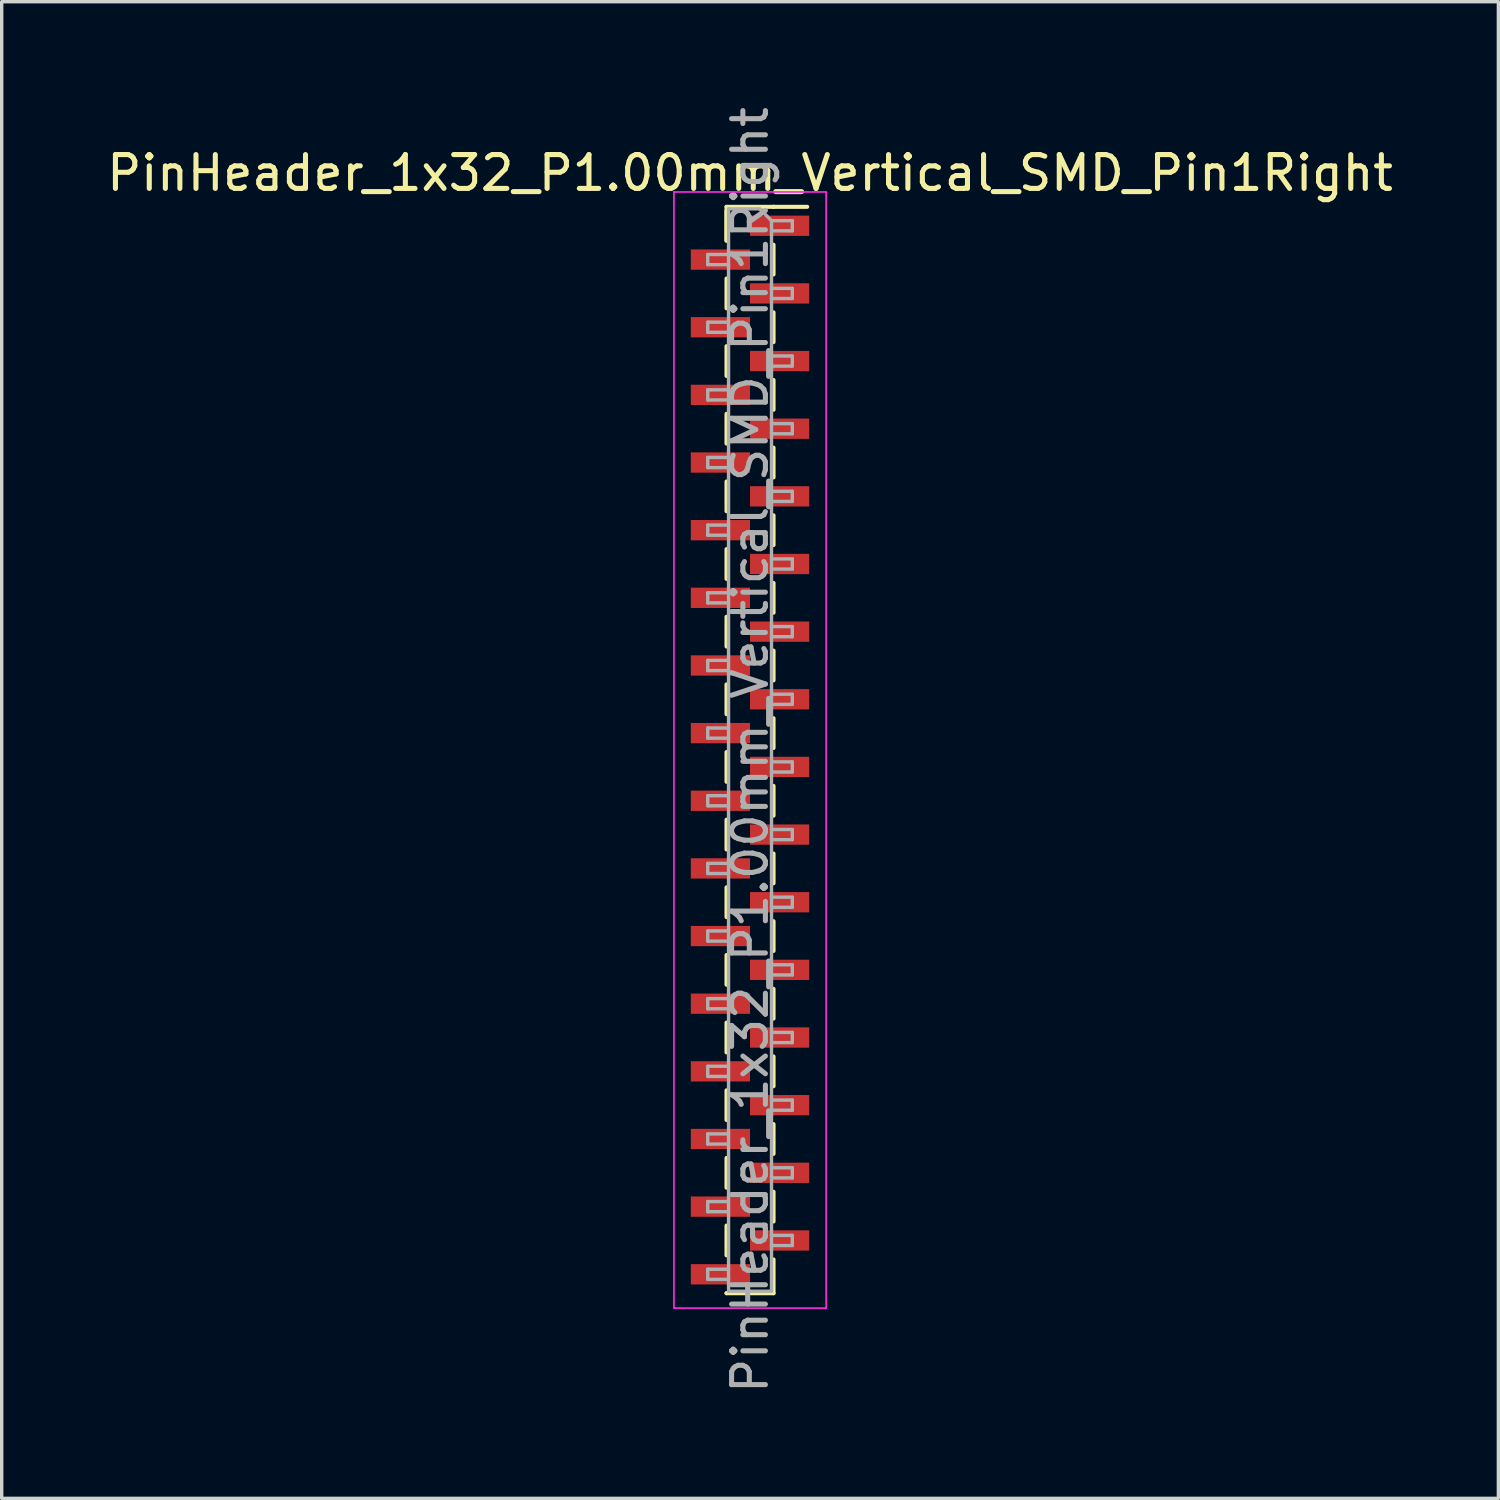
<source format=kicad_pcb>
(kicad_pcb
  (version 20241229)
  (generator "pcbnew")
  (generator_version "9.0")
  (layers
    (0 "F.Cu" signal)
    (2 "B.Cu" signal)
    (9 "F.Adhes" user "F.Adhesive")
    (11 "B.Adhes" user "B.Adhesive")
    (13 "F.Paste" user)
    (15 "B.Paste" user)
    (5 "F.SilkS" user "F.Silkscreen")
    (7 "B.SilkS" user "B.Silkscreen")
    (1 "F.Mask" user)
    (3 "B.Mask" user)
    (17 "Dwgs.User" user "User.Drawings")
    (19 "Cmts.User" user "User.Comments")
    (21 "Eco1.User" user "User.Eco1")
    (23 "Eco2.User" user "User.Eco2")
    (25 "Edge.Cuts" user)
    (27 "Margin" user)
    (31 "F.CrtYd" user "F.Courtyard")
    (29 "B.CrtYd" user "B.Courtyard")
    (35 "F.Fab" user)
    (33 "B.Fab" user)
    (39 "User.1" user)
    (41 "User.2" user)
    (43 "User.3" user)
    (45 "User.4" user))
  (footprint "PinHeader_1x32_P1.00mm_Vertical_SMD_Pin1Right"
    (layer "F.Cu")
    (at 19.125 19.125)
    (property "Reference" "PinHeader_1x32_P1.00mm_Vertical_SMD_Pin1Right" (at 0 -17.06 0) (layer "F.SilkS") (effects (font (size 1 1) (thickness 0.15))))
    (attr smd)
    (fp_line (start -0.695 -16.06) (end -0.695 -15.06) (stroke (width 0.12) (type solid)) (layer "F.SilkS"))
    (fp_line (start -0.695 -16.06) (end 0.695 -16.06) (stroke (width 0.12) (type solid)) (layer "F.SilkS"))
    (fp_line (start -0.695 -15.94) (end -0.695 -15.06) (stroke (width 0.12) (type solid)) (layer "F.SilkS"))
    (fp_line (start -0.695 -13.94) (end -0.695 -13.06) (stroke (width 0.12) (type solid)) (layer "F.SilkS"))
    (fp_line (start -0.695 -11.94) (end -0.695 -11.06) (stroke (width 0.12) (type solid)) (layer "F.SilkS"))
    (fp_line (start -0.695 -9.94) (end -0.695 -9.06) (stroke (width 0.12) (type solid)) (layer "F.SilkS"))
    (fp_line (start -0.695 -7.94) (end -0.695 -7.06) (stroke (width 0.12) (type solid)) (layer "F.SilkS"))
    (fp_line (start -0.695 -5.94) (end -0.695 -5.06) (stroke (width 0.12) (type solid)) (layer "F.SilkS"))
    (fp_line (start -0.695 -3.94) (end -0.695 -3.06) (stroke (width 0.12) (type solid)) (layer "F.SilkS"))
    (fp_line (start -0.695 -1.94) (end -0.695 -1.06) (stroke (width 0.12) (type solid)) (layer "F.SilkS"))
    (fp_line (start -0.695 0.06) (end -0.695 0.94) (stroke (width 0.12) (type solid)) (layer "F.SilkS"))
    (fp_line (start -0.695 2.06) (end -0.695 2.94) (stroke (width 0.12) (type solid)) (layer "F.SilkS"))
    (fp_line (start -0.695 4.06) (end -0.695 4.94) (stroke (width 0.12) (type solid)) (layer "F.SilkS"))
    (fp_line (start -0.695 6.06) (end -0.695 6.94) (stroke (width 0.12) (type solid)) (layer "F.SilkS"))
    (fp_line (start -0.695 8.06) (end -0.695 8.94) (stroke (width 0.12) (type solid)) (layer "F.SilkS"))
    (fp_line (start -0.695 10.06) (end -0.695 10.94) (stroke (width 0.12) (type solid)) (layer "F.SilkS"))
    (fp_line (start -0.695 12.06) (end -0.695 12.94) (stroke (width 0.12) (type solid)) (layer "F.SilkS"))
    (fp_line (start -0.695 14.06) (end -0.695 14.94) (stroke (width 0.12) (type solid)) (layer "F.SilkS"))
    (fp_line (start -0.695 16.06) (end -0.695 16.06) (stroke (width 0.12) (type solid)) (layer "F.SilkS"))
    (fp_line (start -0.695 16.06) (end 0.695 16.06) (stroke (width 0.12) (type solid)) (layer "F.SilkS"))
    (fp_line (start 0.695 -16.06) (end 0.695 -16.06) (stroke (width 0.12) (type solid)) (layer "F.SilkS"))
    (fp_line (start 0.695 -16.06) (end 1.69 -16.06) (stroke (width 0.12) (type solid)) (layer "F.SilkS"))
    (fp_line (start 0.695 -14.94) (end 0.695 -14.06) (stroke (width 0.12) (type solid)) (layer "F.SilkS"))
    (fp_line (start 0.695 -12.94) (end 0.695 -12.06) (stroke (width 0.12) (type solid)) (layer "F.SilkS"))
    (fp_line (start 0.695 -10.94) (end 0.695 -10.06) (stroke (width 0.12) (type solid)) (layer "F.SilkS"))
    (fp_line (start 0.695 -8.94) (end 0.695 -8.06) (stroke (width 0.12) (type solid)) (layer "F.SilkS"))
    (fp_line (start 0.695 -6.94) (end 0.695 -6.06) (stroke (width 0.12) (type solid)) (layer "F.SilkS"))
    (fp_line (start 0.695 -4.94) (end 0.695 -4.06) (stroke (width 0.12) (type solid)) (layer "F.SilkS"))
    (fp_line (start 0.695 -2.94) (end 0.695 -2.06) (stroke (width 0.12) (type solid)) (layer "F.SilkS"))
    (fp_line (start 0.695 -0.94) (end 0.695 -0.06) (stroke (width 0.12) (type solid)) (layer "F.SilkS"))
    (fp_line (start 0.695 1.06) (end 0.695 1.94) (stroke (width 0.12) (type solid)) (layer "F.SilkS"))
    (fp_line (start 0.695 3.06) (end 0.695 3.94) (stroke (width 0.12) (type solid)) (layer "F.SilkS"))
    (fp_line (start 0.695 5.06) (end 0.695 5.94) (stroke (width 0.12) (type solid)) (layer "F.SilkS"))
    (fp_line (start 0.695 7.06) (end 0.695 7.94) (stroke (width 0.12) (type solid)) (layer "F.SilkS"))
    (fp_line (start 0.695 9.06) (end 0.695 9.94) (stroke (width 0.12) (type solid)) (layer "F.SilkS"))
    (fp_line (start 0.695 11.06) (end 0.695 11.94) (stroke (width 0.12) (type solid)) (layer "F.SilkS"))
    (fp_line (start 0.695 13.06) (end 0.695 13.94) (stroke (width 0.12) (type solid)) (layer "F.SilkS"))
    (fp_line (start 0.695 15.06) (end 0.695 16.06) (stroke (width 0.12) (type solid)) (layer "F.SilkS"))
    (fp_line (start -2.25 -16.5) (end -2.25 16.5) (stroke (width 0.05) (type solid)) (layer "F.CrtYd"))
    (fp_line (start -2.25 16.5) (end 2.25 16.5) (stroke (width 0.05) (type solid)) (layer "F.CrtYd"))
    (fp_line (start 2.25 -16.5) (end -2.25 -16.5) (stroke (width 0.05) (type solid)) (layer "F.CrtYd"))
    (fp_line (start 2.25 16.5) (end 2.25 -16.5) (stroke (width 0.05) (type solid)) (layer "F.CrtYd"))
    (fp_line (start -1.25 -14.65) (end -1.25 -14.35) (stroke (width 0.1) (type solid)) (layer "F.Fab"))
    (fp_line (start -1.25 -14.35) (end -0.635 -14.35) (stroke (width 0.1) (type solid)) (layer "F.Fab"))
    (fp_line (start -1.25 -12.65) (end -1.25 -12.35) (stroke (width 0.1) (type solid)) (layer "F.Fab"))
    (fp_line (start -1.25 -12.35) (end -0.635 -12.35) (stroke (width 0.1) (type solid)) (layer "F.Fab"))
    (fp_line (start -1.25 -10.65) (end -1.25 -10.35) (stroke (width 0.1) (type solid)) (layer "F.Fab"))
    (fp_line (start -1.25 -10.35) (end -0.635 -10.35) (stroke (width 0.1) (type solid)) (layer "F.Fab"))
    (fp_line (start -1.25 -8.65) (end -1.25 -8.35) (stroke (width 0.1) (type solid)) (layer "F.Fab"))
    (fp_line (start -1.25 -8.35) (end -0.635 -8.35) (stroke (width 0.1) (type solid)) (layer "F.Fab"))
    (fp_line (start -1.25 -6.65) (end -1.25 -6.35) (stroke (width 0.1) (type solid)) (layer "F.Fab"))
    (fp_line (start -1.25 -6.35) (end -0.635 -6.35) (stroke (width 0.1) (type solid)) (layer "F.Fab"))
    (fp_line (start -1.25 -4.65) (end -1.25 -4.35) (stroke (width 0.1) (type solid)) (layer "F.Fab"))
    (fp_line (start -1.25 -4.35) (end -0.635 -4.35) (stroke (width 0.1) (type solid)) (layer "F.Fab"))
    (fp_line (start -1.25 -2.65) (end -1.25 -2.35) (stroke (width 0.1) (type solid)) (layer "F.Fab"))
    (fp_line (start -1.25 -2.35) (end -0.635 -2.35) (stroke (width 0.1) (type solid)) (layer "F.Fab"))
    (fp_line (start -1.25 -0.65) (end -1.25 -0.35) (stroke (width 0.1) (type solid)) (layer "F.Fab"))
    (fp_line (start -1.25 -0.35) (end -0.635 -0.35) (stroke (width 0.1) (type solid)) (layer "F.Fab"))
    (fp_line (start -1.25 1.35) (end -1.25 1.65) (stroke (width 0.1) (type solid)) (layer "F.Fab"))
    (fp_line (start -1.25 1.65) (end -0.635 1.65) (stroke (width 0.1) (type solid)) (layer "F.Fab"))
    (fp_line (start -1.25 3.35) (end -1.25 3.65) (stroke (width 0.1) (type solid)) (layer "F.Fab"))
    (fp_line (start -1.25 3.65) (end -0.635 3.65) (stroke (width 0.1) (type solid)) (layer "F.Fab"))
    (fp_line (start -1.25 5.35) (end -1.25 5.65) (stroke (width 0.1) (type solid)) (layer "F.Fab"))
    (fp_line (start -1.25 5.65) (end -0.635 5.65) (stroke (width 0.1) (type solid)) (layer "F.Fab"))
    (fp_line (start -1.25 7.35) (end -1.25 7.65) (stroke (width 0.1) (type solid)) (layer "F.Fab"))
    (fp_line (start -1.25 7.65) (end -0.635 7.65) (stroke (width 0.1) (type solid)) (layer "F.Fab"))
    (fp_line (start -1.25 9.35) (end -1.25 9.65) (stroke (width 0.1) (type solid)) (layer "F.Fab"))
    (fp_line (start -1.25 9.65) (end -0.635 9.65) (stroke (width 0.1) (type solid)) (layer "F.Fab"))
    (fp_line (start -1.25 11.35) (end -1.25 11.65) (stroke (width 0.1) (type solid)) (layer "F.Fab"))
    (fp_line (start -1.25 11.65) (end -0.635 11.65) (stroke (width 0.1) (type solid)) (layer "F.Fab"))
    (fp_line (start -1.25 13.35) (end -1.25 13.65) (stroke (width 0.1) (type solid)) (layer "F.Fab"))
    (fp_line (start -1.25 13.65) (end -0.635 13.65) (stroke (width 0.1) (type solid)) (layer "F.Fab"))
    (fp_line (start -1.25 15.35) (end -1.25 15.65) (stroke (width 0.1) (type solid)) (layer "F.Fab"))
    (fp_line (start -1.25 15.65) (end -0.635 15.65) (stroke (width 0.1) (type solid)) (layer "F.Fab"))
    (fp_line (start -0.635 -16) (end -0.635 16) (stroke (width 0.1) (type solid)) (layer "F.Fab"))
    (fp_line (start -0.635 -16) (end 0.285 -16) (stroke (width 0.1) (type solid)) (layer "F.Fab"))
    (fp_line (start -0.635 -14.65) (end -1.25 -14.65) (stroke (width 0.1) (type solid)) (layer "F.Fab"))
    (fp_line (start -0.635 -12.65) (end -1.25 -12.65) (stroke (width 0.1) (type solid)) (layer "F.Fab"))
    (fp_line (start -0.635 -10.65) (end -1.25 -10.65) (stroke (width 0.1) (type solid)) (layer "F.Fab"))
    (fp_line (start -0.635 -8.65) (end -1.25 -8.65) (stroke (width 0.1) (type solid)) (layer "F.Fab"))
    (fp_line (start -0.635 -6.65) (end -1.25 -6.65) (stroke (width 0.1) (type solid)) (layer "F.Fab"))
    (fp_line (start -0.635 -4.65) (end -1.25 -4.65) (stroke (width 0.1) (type solid)) (layer "F.Fab"))
    (fp_line (start -0.635 -2.65) (end -1.25 -2.65) (stroke (width 0.1) (type solid)) (layer "F.Fab"))
    (fp_line (start -0.635 -0.65) (end -1.25 -0.65) (stroke (width 0.1) (type solid)) (layer "F.Fab"))
    (fp_line (start -0.635 1.35) (end -1.25 1.35) (stroke (width 0.1) (type solid)) (layer "F.Fab"))
    (fp_line (start -0.635 3.35) (end -1.25 3.35) (stroke (width 0.1) (type solid)) (layer "F.Fab"))
    (fp_line (start -0.635 5.35) (end -1.25 5.35) (stroke (width 0.1) (type solid)) (layer "F.Fab"))
    (fp_line (start -0.635 7.35) (end -1.25 7.35) (stroke (width 0.1) (type solid)) (layer "F.Fab"))
    (fp_line (start -0.635 9.35) (end -1.25 9.35) (stroke (width 0.1) (type solid)) (layer "F.Fab"))
    (fp_line (start -0.635 11.35) (end -1.25 11.35) (stroke (width 0.1) (type solid)) (layer "F.Fab"))
    (fp_line (start -0.635 13.35) (end -1.25 13.35) (stroke (width 0.1) (type solid)) (layer "F.Fab"))
    (fp_line (start -0.635 15.35) (end -1.25 15.35) (stroke (width 0.1) (type solid)) (layer "F.Fab"))
    (fp_line (start 0.635 -15.65) (end 0.285 -16) (stroke (width 0.1) (type solid)) (layer "F.Fab"))
    (fp_line (start 0.635 -15.65) (end 1.25 -15.65) (stroke (width 0.1) (type solid)) (layer "F.Fab"))
    (fp_line (start 0.635 -13.65) (end 1.25 -13.65) (stroke (width 0.1) (type solid)) (layer "F.Fab"))
    (fp_line (start 0.635 -11.65) (end 1.25 -11.65) (stroke (width 0.1) (type solid)) (layer "F.Fab"))
    (fp_line (start 0.635 -9.65) (end 1.25 -9.65) (stroke (width 0.1) (type solid)) (layer "F.Fab"))
    (fp_line (start 0.635 -7.65) (end 1.25 -7.65) (stroke (width 0.1) (type solid)) (layer "F.Fab"))
    (fp_line (start 0.635 -5.65) (end 1.25 -5.65) (stroke (width 0.1) (type solid)) (layer "F.Fab"))
    (fp_line (start 0.635 -3.65) (end 1.25 -3.65) (stroke (width 0.1) (type solid)) (layer "F.Fab"))
    (fp_line (start 0.635 -1.65) (end 1.25 -1.65) (stroke (width 0.1) (type solid)) (layer "F.Fab"))
    (fp_line (start 0.635 0.35) (end 1.25 0.35) (stroke (width 0.1) (type solid)) (layer "F.Fab"))
    (fp_line (start 0.635 2.35) (end 1.25 2.35) (stroke (width 0.1) (type solid)) (layer "F.Fab"))
    (fp_line (start 0.635 4.35) (end 1.25 4.35) (stroke (width 0.1) (type solid)) (layer "F.Fab"))
    (fp_line (start 0.635 6.35) (end 1.25 6.35) (stroke (width 0.1) (type solid)) (layer "F.Fab"))
    (fp_line (start 0.635 8.35) (end 1.25 8.35) (stroke (width 0.1) (type solid)) (layer "F.Fab"))
    (fp_line (start 0.635 10.35) (end 1.25 10.35) (stroke (width 0.1) (type solid)) (layer "F.Fab"))
    (fp_line (start 0.635 12.35) (end 1.25 12.35) (stroke (width 0.1) (type solid)) (layer "F.Fab"))
    (fp_line (start 0.635 14.35) (end 1.25 14.35) (stroke (width 0.1) (type solid)) (layer "F.Fab"))
    (fp_line (start 0.635 16) (end -0.635 16) (stroke (width 0.1) (type solid)) (layer "F.Fab"))
    (fp_line (start 0.635 16) (end 0.635 -15.65) (stroke (width 0.1) (type solid)) (layer "F.Fab"))
    (fp_line (start 1.25 -15.65) (end 1.25 -15.35) (stroke (width 0.1) (type solid)) (layer "F.Fab"))
    (fp_line (start 1.25 -15.35) (end 0.635 -15.35) (stroke (width 0.1) (type solid)) (layer "F.Fab"))
    (fp_line (start 1.25 -13.65) (end 1.25 -13.35) (stroke (width 0.1) (type solid)) (layer "F.Fab"))
    (fp_line (start 1.25 -13.35) (end 0.635 -13.35) (stroke (width 0.1) (type solid)) (layer "F.Fab"))
    (fp_line (start 1.25 -11.65) (end 1.25 -11.35) (stroke (width 0.1) (type solid)) (layer "F.Fab"))
    (fp_line (start 1.25 -11.35) (end 0.635 -11.35) (stroke (width 0.1) (type solid)) (layer "F.Fab"))
    (fp_line (start 1.25 -9.65) (end 1.25 -9.35) (stroke (width 0.1) (type solid)) (layer "F.Fab"))
    (fp_line (start 1.25 -9.35) (end 0.635 -9.35) (stroke (width 0.1) (type solid)) (layer "F.Fab"))
    (fp_line (start 1.25 -7.65) (end 1.25 -7.35) (stroke (width 0.1) (type solid)) (layer "F.Fab"))
    (fp_line (start 1.25 -7.35) (end 0.635 -7.35) (stroke (width 0.1) (type solid)) (layer "F.Fab"))
    (fp_line (start 1.25 -5.65) (end 1.25 -5.35) (stroke (width 0.1) (type solid)) (layer "F.Fab"))
    (fp_line (start 1.25 -5.35) (end 0.635 -5.35) (stroke (width 0.1) (type solid)) (layer "F.Fab"))
    (fp_line (start 1.25 -3.65) (end 1.25 -3.35) (stroke (width 0.1) (type solid)) (layer "F.Fab"))
    (fp_line (start 1.25 -3.35) (end 0.635 -3.35) (stroke (width 0.1) (type solid)) (layer "F.Fab"))
    (fp_line (start 1.25 -1.65) (end 1.25 -1.35) (stroke (width 0.1) (type solid)) (layer "F.Fab"))
    (fp_line (start 1.25 -1.35) (end 0.635 -1.35) (stroke (width 0.1) (type solid)) (layer "F.Fab"))
    (fp_line (start 1.25 0.35) (end 1.25 0.65) (stroke (width 0.1) (type solid)) (layer "F.Fab"))
    (fp_line (start 1.25 0.65) (end 0.635 0.65) (stroke (width 0.1) (type solid)) (layer "F.Fab"))
    (fp_line (start 1.25 2.35) (end 1.25 2.65) (stroke (width 0.1) (type solid)) (layer "F.Fab"))
    (fp_line (start 1.25 2.65) (end 0.635 2.65) (stroke (width 0.1) (type solid)) (layer "F.Fab"))
    (fp_line (start 1.25 4.35) (end 1.25 4.65) (stroke (width 0.1) (type solid)) (layer "F.Fab"))
    (fp_line (start 1.25 4.65) (end 0.635 4.65) (stroke (width 0.1) (type solid)) (layer "F.Fab"))
    (fp_line (start 1.25 6.35) (end 1.25 6.65) (stroke (width 0.1) (type solid)) (layer "F.Fab"))
    (fp_line (start 1.25 6.65) (end 0.635 6.65) (stroke (width 0.1) (type solid)) (layer "F.Fab"))
    (fp_line (start 1.25 8.35) (end 1.25 8.65) (stroke (width 0.1) (type solid)) (layer "F.Fab"))
    (fp_line (start 1.25 8.65) (end 0.635 8.65) (stroke (width 0.1) (type solid)) (layer "F.Fab"))
    (fp_line (start 1.25 10.35) (end 1.25 10.65) (stroke (width 0.1) (type solid)) (layer "F.Fab"))
    (fp_line (start 1.25 10.65) (end 0.635 10.65) (stroke (width 0.1) (type solid)) (layer "F.Fab"))
    (fp_line (start 1.25 12.35) (end 1.25 12.65) (stroke (width 0.1) (type solid)) (layer "F.Fab"))
    (fp_line (start 1.25 12.65) (end 0.635 12.65) (stroke (width 0.1) (type solid)) (layer "F.Fab"))
    (fp_line (start 1.25 14.35) (end 1.25 14.65) (stroke (width 0.1) (type solid)) (layer "F.Fab"))
    (fp_line (start 1.25 14.65) (end 0.635 14.65) (stroke (width 0.1) (type solid)) (layer "F.Fab"))
    (fp_text user "${REFERENCE}" (at 0 0 90) (layer "F.Fab") (effects (font (size 1 1) (thickness 0.15))))
    (pad "1" smd rect (at 0.875 -15.5) (size 1.75 0.6) (layers "F.Cu" "F.Mask" "F.Paste"))
    (pad "2" smd rect (at -0.875 -14.5) (size 1.75 0.6) (layers "F.Cu" "F.Mask" "F.Paste"))
    (pad "3" smd rect (at 0.875 -13.5) (size 1.75 0.6) (layers "F.Cu" "F.Mask" "F.Paste"))
    (pad "4" smd rect (at -0.875 -12.5) (size 1.75 0.6) (layers "F.Cu" "F.Mask" "F.Paste"))
    (pad "5" smd rect (at 0.875 -11.5) (size 1.75 0.6) (layers "F.Cu" "F.Mask" "F.Paste"))
    (pad "6" smd rect (at -0.875 -10.5) (size 1.75 0.6) (layers "F.Cu" "F.Mask" "F.Paste"))
    (pad "7" smd rect (at 0.875 -9.5) (size 1.75 0.6) (layers "F.Cu" "F.Mask" "F.Paste"))
    (pad "8" smd rect (at -0.875 -8.5) (size 1.75 0.6) (layers "F.Cu" "F.Mask" "F.Paste"))
    (pad "9" smd rect (at 0.875 -7.5) (size 1.75 0.6) (layers "F.Cu" "F.Mask" "F.Paste"))
    (pad "10" smd rect (at -0.875 -6.5) (size 1.75 0.6) (layers "F.Cu" "F.Mask" "F.Paste"))
    (pad "11" smd rect (at 0.875 -5.5) (size 1.75 0.6) (layers "F.Cu" "F.Mask" "F.Paste"))
    (pad "12" smd rect (at -0.875 -4.5) (size 1.75 0.6) (layers "F.Cu" "F.Mask" "F.Paste"))
    (pad "13" smd rect (at 0.875 -3.5) (size 1.75 0.6) (layers "F.Cu" "F.Mask" "F.Paste"))
    (pad "14" smd rect (at -0.875 -2.5) (size 1.75 0.6) (layers "F.Cu" "F.Mask" "F.Paste"))
    (pad "15" smd rect (at 0.875 -1.5) (size 1.75 0.6) (layers "F.Cu" "F.Mask" "F.Paste"))
    (pad "16" smd rect (at -0.875 -0.5) (size 1.75 0.6) (layers "F.Cu" "F.Mask" "F.Paste"))
    (pad "17" smd rect (at 0.875 0.5) (size 1.75 0.6) (layers "F.Cu" "F.Mask" "F.Paste"))
    (pad "18" smd rect (at -0.875 1.5) (size 1.75 0.6) (layers "F.Cu" "F.Mask" "F.Paste"))
    (pad "19" smd rect (at 0.875 2.5) (size 1.75 0.6) (layers "F.Cu" "F.Mask" "F.Paste"))
    (pad "20" smd rect (at -0.875 3.5) (size 1.75 0.6) (layers "F.Cu" "F.Mask" "F.Paste"))
    (pad "21" smd rect (at 0.875 4.5) (size 1.75 0.6) (layers "F.Cu" "F.Mask" "F.Paste"))
    (pad "22" smd rect (at -0.875 5.5) (size 1.75 0.6) (layers "F.Cu" "F.Mask" "F.Paste"))
    (pad "23" smd rect (at 0.875 6.5) (size 1.75 0.6) (layers "F.Cu" "F.Mask" "F.Paste"))
    (pad "24" smd rect (at -0.875 7.5) (size 1.75 0.6) (layers "F.Cu" "F.Mask" "F.Paste"))
    (pad "25" smd rect (at 0.875 8.5) (size 1.75 0.6) (layers "F.Cu" "F.Mask" "F.Paste"))
    (pad "26" smd rect (at -0.875 9.5) (size 1.75 0.6) (layers "F.Cu" "F.Mask" "F.Paste"))
    (pad "27" smd rect (at 0.875 10.5) (size 1.75 0.6) (layers "F.Cu" "F.Mask" "F.Paste"))
    (pad "28" smd rect (at -0.875 11.5) (size 1.75 0.6) (layers "F.Cu" "F.Mask" "F.Paste"))
    (pad "29" smd rect (at 0.875 12.5) (size 1.75 0.6) (layers "F.Cu" "F.Mask" "F.Paste"))
    (pad "30" smd rect (at -0.875 13.5) (size 1.75 0.6) (layers "F.Cu" "F.Mask" "F.Paste"))
    (pad "31" smd rect (at 0.875 14.5) (size 1.75 0.6) (layers "F.Cu" "F.Mask" "F.Paste"))
    (pad "32" smd rect (at -0.875 15.5) (size 1.75 0.6) (layers "F.Cu" "F.Mask" "F.Paste")))
  (gr_rect
    (start -3 -3)
    (end 41.25 41.25)
    (stroke (width 0.1) (type default))
    (fill no)
    (layer "Edge.Cuts")))
</source>
